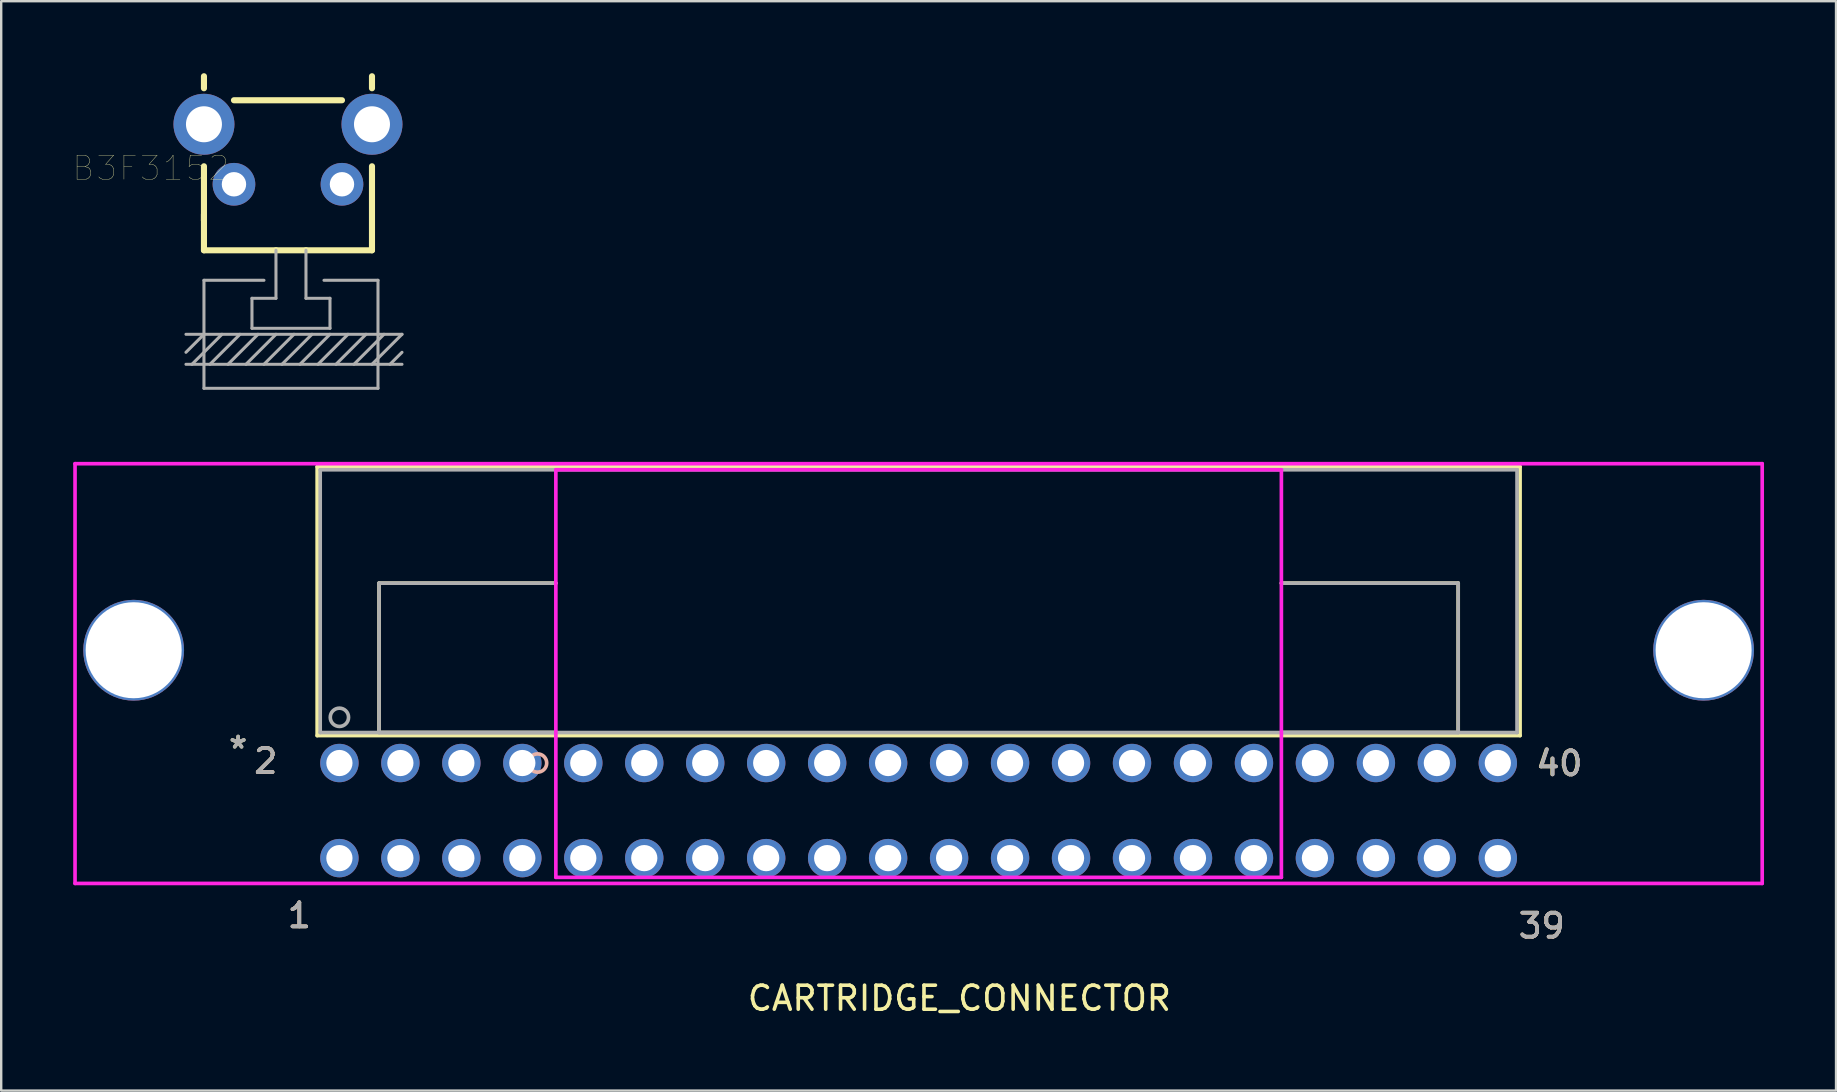
<source format=kicad_pcb>
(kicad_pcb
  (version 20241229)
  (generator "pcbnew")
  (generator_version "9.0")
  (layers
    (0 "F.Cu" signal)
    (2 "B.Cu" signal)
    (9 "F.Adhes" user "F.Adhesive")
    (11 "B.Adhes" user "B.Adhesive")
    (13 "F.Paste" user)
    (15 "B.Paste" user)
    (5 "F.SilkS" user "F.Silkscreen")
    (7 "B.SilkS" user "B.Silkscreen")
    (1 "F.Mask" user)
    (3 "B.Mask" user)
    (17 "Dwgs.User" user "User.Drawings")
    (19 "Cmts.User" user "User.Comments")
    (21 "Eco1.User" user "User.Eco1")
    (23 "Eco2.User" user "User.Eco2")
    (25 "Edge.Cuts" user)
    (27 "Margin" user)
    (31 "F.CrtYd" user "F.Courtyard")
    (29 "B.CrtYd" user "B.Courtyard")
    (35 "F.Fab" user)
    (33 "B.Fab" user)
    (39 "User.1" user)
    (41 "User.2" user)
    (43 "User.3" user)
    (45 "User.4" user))
  (footprint "B3F3152"
    (layer "F.Cu")
    (at 5.447 2.127)
    (property "Reference" "B3F3152" (at -2.215 1.825 180) (layer "F.SilkS") (effects (font (size 1 1) (thickness 0.015))))
    (attr through_hole)
    (fp_line (start 0 -2) (end 0 -1.5) (stroke (width 0.254) (type solid)) (layer "F.SilkS"))
    (fp_line (start 0 1.75) (end 0 4) (stroke (width 0.254) (type solid)) (layer "F.SilkS"))
    (fp_line (start 0 3.75) (end 0 4) (stroke (width 0.254) (type solid)) (layer "F.SilkS"))
    (fp_line (start 0 4) (end 0 5.25) (stroke (width 0.254) (type solid)) (layer "F.SilkS"))
    (fp_line (start 0 5.25) (end 3 5.25) (stroke (width 0.254) (type solid)) (layer "F.SilkS"))
    (fp_line (start 1.25 -1) (end 5.75 -1) (stroke (width 0.254) (type solid)) (layer "F.SilkS"))
    (fp_line (start 3 5.25) (end 4.25 5.25) (stroke (width 0.254) (type solid)) (layer "F.SilkS"))
    (fp_line (start 4.25 5.25) (end 7 5.25) (stroke (width 0.254) (type solid)) (layer "F.SilkS"))
    (fp_line (start 7 -2) (end 7 -1.5) (stroke (width 0.254) (type solid)) (layer "F.SilkS"))
    (fp_line (start 7 1.75) (end 7 5.25) (stroke (width 0.254) (type solid)) (layer "F.SilkS"))
    (fp_line (start -0.75 8.75) (end 8.25 8.75) (stroke (width 0.127) (type solid)) (layer "F.Fab"))
    (fp_line (start -0.75 10) (end 8.25 10) (stroke (width 0.127) (type solid)) (layer "F.Fab"))
    (fp_line (start -0.5 10) (end 0.75 8.75) (stroke (width 0.127) (type solid)) (layer "F.Fab"))
    (fp_line (start 0 6.5) (end 2.5 6.5) (stroke (width 0.127) (type solid)) (layer "F.Fab"))
    (fp_line (start 0 8.75) (end -0.75 9.5) (stroke (width 0.127) (type solid)) (layer "F.Fab"))
    (fp_line (start 0 8.75) (end 0 6.5) (stroke (width 0.127) (type solid)) (layer "F.Fab"))
    (fp_line (start 0 11) (end 0 8.75) (stroke (width 0.127) (type solid)) (layer "F.Fab"))
    (fp_line (start 0 11) (end 7.25 11) (stroke (width 0.127) (type solid)) (layer "F.Fab"))
    (fp_line (start 0.25 10) (end 1.5 8.75) (stroke (width 0.127) (type solid)) (layer "F.Fab"))
    (fp_line (start 1 10) (end 2.25 8.75) (stroke (width 0.127) (type solid)) (layer "F.Fab"))
    (fp_line (start 1.75 10) (end 3 8.75) (stroke (width 0.127) (type solid)) (layer "F.Fab"))
    (fp_line (start 2 7.25) (end 2 8.5) (stroke (width 0.127) (type solid)) (layer "F.Fab"))
    (fp_line (start 2 8.5) (end 5.25 8.5) (stroke (width 0.127) (type solid)) (layer "F.Fab"))
    (fp_line (start 2.5 10) (end 3.75 8.75) (stroke (width 0.127) (type solid)) (layer "F.Fab"))
    (fp_line (start 3 5.25) (end 3 7.25) (stroke (width 0.127) (type solid)) (layer "F.Fab"))
    (fp_line (start 3 7.25) (end 2 7.25) (stroke (width 0.127) (type solid)) (layer "F.Fab"))
    (fp_line (start 3.25 10) (end 4.5 8.75) (stroke (width 0.127) (type solid)) (layer "F.Fab"))
    (fp_line (start 4 10) (end 5.25 8.75) (stroke (width 0.127) (type solid)) (layer "F.Fab"))
    (fp_line (start 4.25 5.25) (end 4.25 7.25) (stroke (width 0.127) (type solid)) (layer "F.Fab"))
    (fp_line (start 4.75 10) (end 6 8.75) (stroke (width 0.127) (type solid)) (layer "F.Fab"))
    (fp_line (start 5.25 7.25) (end 4.25 7.25) (stroke (width 0.127) (type solid)) (layer "F.Fab"))
    (fp_line (start 5.25 8.5) (end 5.25 7.25) (stroke (width 0.127) (type solid)) (layer "F.Fab"))
    (fp_line (start 5.5 10) (end 6.75 8.75) (stroke (width 0.127) (type solid)) (layer "F.Fab"))
    (fp_line (start 6.25 10) (end 7.5 8.75) (stroke (width 0.127) (type solid)) (layer "F.Fab"))
    (fp_line (start 7 10) (end 8.25 8.75) (stroke (width 0.127) (type solid)) (layer "F.Fab"))
    (fp_line (start 7.25 6.5) (end 5 6.5) (stroke (width 0.127) (type solid)) (layer "F.Fab"))
    (fp_line (start 7.25 10) (end 7.25 6.5) (stroke (width 0.127) (type solid)) (layer "F.Fab"))
    (fp_line (start 7.25 11) (end 7.25 10) (stroke (width 0.127) (type solid)) (layer "F.Fab"))
    (fp_line (start 7.75 10) (end 8.25 9.5) (stroke (width 0.127) (type solid)) (layer "F.Fab"))
    (pad "1" thru_hole circle (at 1.25 2.5) (size 1.778 1.778) (drill 1.016) (layers "*.Cu" "*.Mask"))
    (pad "2" thru_hole circle (at 5.75 2.5) (size 1.778 1.778) (drill 1.016) (layers "*.Cu" "*.Mask"))
    (pad "GNDS" thru_hole circle (at 0 0) (size 2.54 2.54) (drill 1.5) (layers "*.Cu" "*.Mask"))
    (pad "GNDS" thru_hole circle (at 7 0) (size 2.54 2.54) (drill 1.5) (layers "*.Cu" "*.Mask")))
  (footprint "CARTRIDGE_CONNECTOR"
    (layer "F.Cu")
    (at 11.09 28.738)
    (property "Reference" "CARTRIDGE_CONNECTOR" (at 25.83 9.8 0) (layer "F.SilkS") (effects (font (size 1 1) (thickness 0.15))))
    (attr through_hole)
    (fp_line (start -0.927 -12.344) (end -0.927 -1.143) (stroke (width 0.152) (type solid)) (layer "F.SilkS"))
    (fp_line (start -0.927 -1.143) (end 49.187 -1.143) (stroke (width 0.152) (type solid)) (layer "F.SilkS"))
    (fp_line (start 1.651 -7.493) (end 9.017 -7.493) (stroke (width 0.152) (type solid)) (layer "F.SilkS"))
    (fp_line (start 1.651 -1.27) (end 1.651 -7.493) (stroke (width 0.152) (type solid)) (layer "F.SilkS"))
    (fp_line (start 9.017 -1.27) (end 1.651 -1.27) (stroke (width 0.152) (type solid)) (layer "F.SilkS"))
    (fp_line (start 39.243 -1.27) (end 46.609 -1.27) (stroke (width 0.152) (type solid)) (layer "F.SilkS"))
    (fp_line (start 46.609 -7.493) (end 39.243 -7.493) (stroke (width 0.152) (type solid)) (layer "F.SilkS"))
    (fp_line (start 46.609 -1.27) (end 46.609 -7.493) (stroke (width 0.152) (type solid)) (layer "F.SilkS"))
    (fp_line (start 49.187 -12.344) (end -0.927 -12.344) (stroke (width 0.152) (type solid)) (layer "F.SilkS"))
    (fp_line (start 49.187 -1.143) (end 49.187 -12.344) (stroke (width 0.152) (type solid)) (layer "F.SilkS"))
    (fp_circle (center 8.255 0) (end 8.636 0) (stroke (width 0.152) (type solid)) (fill no) (layer "B.SilkS"))
    (fp_line (start -11.014 -12.471) (end -11.014 5.016) (stroke (width 0.152) (type solid)) (layer "F.CrtYd"))
    (fp_line (start -11.014 5.016) (end 59.274 5.016) (stroke (width 0.152) (type solid)) (layer "F.CrtYd"))
    (fp_line (start 9.017 -12.217) (end 9.017 4.763) (stroke (width 0.152) (type solid)) (layer "F.CrtYd"))
    (fp_line (start 9.017 4.763) (end 39.243 4.763) (stroke (width 0.152) (type solid)) (layer "F.CrtYd"))
    (fp_line (start 39.243 -12.217) (end 9.017 -12.217) (stroke (width 0.152) (type solid)) (layer "F.CrtYd"))
    (fp_line (start 39.243 4.763) (end 39.243 -12.217) (stroke (width 0.152) (type solid)) (layer "F.CrtYd"))
    (fp_line (start 59.274 -12.471) (end -11.014 -12.471) (stroke (width 0.152) (type solid)) (layer "F.CrtYd"))
    (fp_line (start 59.274 5.016) (end 59.274 -12.471) (stroke (width 0.152) (type solid)) (layer "F.CrtYd"))
    (fp_line (start -0.8 -12.217) (end -0.8 -1.27) (stroke (width 0.152) (type solid)) (layer "F.Fab"))
    (fp_line (start -0.8 -1.27) (end 49.06 -1.27) (stroke (width 0.152) (type solid)) (layer "F.Fab"))
    (fp_line (start 1.651 -7.493) (end 9.017 -7.493) (stroke (width 0.152) (type solid)) (layer "F.Fab"))
    (fp_line (start 1.651 -1.27) (end 1.651 -7.493) (stroke (width 0.152) (type solid)) (layer "F.Fab"))
    (fp_line (start 9.017 -1.27) (end 1.651 -1.27) (stroke (width 0.152) (type solid)) (layer "F.Fab"))
    (fp_line (start 39.243 -1.27) (end 46.609 -1.27) (stroke (width 0.152) (type solid)) (layer "F.Fab"))
    (fp_line (start 46.609 -7.493) (end 39.243 -7.493) (stroke (width 0.152) (type solid)) (layer "F.Fab"))
    (fp_line (start 46.609 -1.27) (end 46.609 -7.493) (stroke (width 0.152) (type solid)) (layer "F.Fab"))
    (fp_line (start 49.06 -12.217) (end -0.8 -12.217) (stroke (width 0.152) (type solid)) (layer "F.Fab"))
    (fp_line (start 49.06 -1.27) (end 49.06 -12.217) (stroke (width 0.152) (type solid)) (layer "F.Fab"))
    (fp_circle (center 0 -1.905) (end 0.381 -1.905) (stroke (width 0.152) (type solid)) (fill no) (layer "F.Fab"))
    (fp_text user "1" (at -1.67 6.35 0) (layer "F.SilkS") (effects (font (size 1 1) (thickness 0.15))))
    (fp_text user "40" (at 50.81 0.02 0) (layer "F.SilkS") (effects (font (size 1 1) (thickness 0.15))))
    (fp_text user "39" (at 50.09 6.78 0) (layer "F.SilkS") (effects (font (size 1 1) (thickness 0.15))))
    (fp_text user "*" (at -4.22 -0.56 0) (layer "F.SilkS") (effects (font (size 1 1) (thickness 0.15))))
    (fp_text user "2" (at -3.07 -0.08 0) (layer "F.SilkS") (effects (font (size 1 1) (thickness 0.15))))
    (fp_text user "1" (at -1.67 6.35 0) (layer "B.SilkS") (effects (font (size 1 1) (thickness 0.15))))
    (fp_text user "40" (at 50.83 0.02 0) (layer "B.SilkS") (effects (font (size 1 1) (thickness 0.15))))
    (fp_text user "2" (at -3.07 -0.08 0) (layer "B.SilkS") (effects (font (size 1 1) (thickness 0.15))))
    (fp_text user "39" (at 50.09 6.78 0) (layer "B.SilkS") (effects (font (size 1 1) (thickness 0.15))))
    (fp_text user "Copyright 2016 Accelerated Designs. All rights reserved." (at 0 0 0) (layer "Cmts.User") (effects (font (size 0.127 0.127) (thickness 0.002))))
    (fp_text user "1" (at -1.67 6.35 0) (layer "F.Fab") (effects (font (size 1 1) (thickness 0.15))))
    (fp_text user "2" (at -3.07 -0.08 0) (layer "F.Fab") (effects (font (size 1 1) (thickness 0.15))))
    (fp_text user "40" (at 50.83 0.02 0) (layer "F.Fab") (effects (font (size 1 1) (thickness 0.15))))
    (fp_text user "39" (at 50.09 6.78 0) (layer "F.Fab") (effects (font (size 1 1) (thickness 0.15))))
    (fp_text user "*" (at -4.22 -0.56 0) (layer "F.Fab") (effects (font (size 1 1) (thickness 0.15))))
    (pad "" thru_hole circle (at -8.572 -4.699) (size 4.2 4.2) (drill 4) (layers "*.Cu" "*.Mask"))
    (pad "" thru_hole circle (at 56.833 -4.699) (size 4.2 4.2) (drill 4) (layers "*.Cu" "*.Mask"))
    (pad "1" thru_hole circle (at 0 3.962) (size 1.6 1.6) (drill 1.092) (layers "*.Cu" "*.Mask"))
    (pad "2" thru_hole circle (at 0 0) (size 1.6 1.6) (drill 1.092) (layers "*.Cu" "*.Mask"))
    (pad "3" thru_hole circle (at 2.54 3.962) (size 1.6 1.6) (drill 1.092) (layers "*.Cu" "*.Mask"))
    (pad "4" thru_hole circle (at 2.54 0) (size 1.6 1.6) (drill 1.092) (layers "*.Cu" "*.Mask"))
    (pad "5" thru_hole circle (at 5.08 3.962) (size 1.6 1.6) (drill 1.092) (layers "*.Cu" "*.Mask"))
    (pad "6" thru_hole circle (at 5.08 0) (size 1.6 1.6) (drill 1.092) (layers "*.Cu" "*.Mask"))
    (pad "7" thru_hole circle (at 7.62 3.962) (size 1.6 1.6) (drill 1.092) (layers "*.Cu" "*.Mask"))
    (pad "8" thru_hole circle (at 7.62 0) (size 1.6 1.6) (drill 1.092) (layers "*.Cu" "*.Mask"))
    (pad "9" thru_hole circle (at 10.16 3.962) (size 1.6 1.6) (drill 1.092) (layers "*.Cu" "*.Mask"))
    (pad "10" thru_hole circle (at 10.16 0) (size 1.6 1.6) (drill 1.092) (layers "*.Cu" "*.Mask"))
    (pad "11" thru_hole circle (at 12.7 3.962) (size 1.6 1.6) (drill 1.092) (layers "*.Cu" "*.Mask"))
    (pad "12" thru_hole circle (at 12.7 0) (size 1.6 1.6) (drill 1.092) (layers "*.Cu" "*.Mask"))
    (pad "13" thru_hole circle (at 15.24 3.962) (size 1.6 1.6) (drill 1.092) (layers "*.Cu" "*.Mask"))
    (pad "14" thru_hole circle (at 15.24 0) (size 1.6 1.6) (drill 1.092) (layers "*.Cu" "*.Mask"))
    (pad "15" thru_hole circle (at 17.78 3.962) (size 1.6 1.6) (drill 1.092) (layers "*.Cu" "*.Mask"))
    (pad "16" thru_hole circle (at 17.78 0) (size 1.6 1.6) (drill 1.092) (layers "*.Cu" "*.Mask"))
    (pad "17" thru_hole circle (at 20.32 3.962) (size 1.6 1.6) (drill 1.092) (layers "*.Cu" "*.Mask"))
    (pad "18" thru_hole circle (at 20.32 0) (size 1.6 1.6) (drill 1.092) (layers "*.Cu" "*.Mask"))
    (pad "19" thru_hole circle (at 22.86 3.962) (size 1.6 1.6) (drill 1.092) (layers "*.Cu" "*.Mask"))
    (pad "20" thru_hole circle (at 22.86 0) (size 1.6 1.6) (drill 1.092) (layers "*.Cu" "*.Mask"))
    (pad "21" thru_hole circle (at 25.4 3.962) (size 1.6 1.6) (drill 1.092) (layers "*.Cu" "*.Mask"))
    (pad "22" thru_hole circle (at 25.4 0) (size 1.6 1.6) (drill 1.092) (layers "*.Cu" "*.Mask"))
    (pad "23" thru_hole circle (at 27.94 3.962) (size 1.6 1.6) (drill 1.092) (layers "*.Cu" "*.Mask"))
    (pad "24" thru_hole circle (at 27.94 0) (size 1.6 1.6) (drill 1.092) (layers "*.Cu" "*.Mask"))
    (pad "25" thru_hole circle (at 30.48 3.962) (size 1.6 1.6) (drill 1.092) (layers "*.Cu" "*.Mask"))
    (pad "26" thru_hole circle (at 30.48 0) (size 1.6 1.6) (drill 1.092) (layers "*.Cu" "*.Mask"))
    (pad "27" thru_hole circle (at 33.02 3.962) (size 1.6 1.6) (drill 1.092) (layers "*.Cu" "*.Mask"))
    (pad "28" thru_hole circle (at 33.02 0) (size 1.6 1.6) (drill 1.092) (layers "*.Cu" "*.Mask"))
    (pad "29" thru_hole circle (at 35.56 3.962) (size 1.6 1.6) (drill 1.092) (layers "*.Cu" "*.Mask"))
    (pad "30" thru_hole circle (at 35.56 0) (size 1.6 1.6) (drill 1.092) (layers "*.Cu" "*.Mask"))
    (pad "31" thru_hole circle (at 38.1 3.962) (size 1.6 1.6) (drill 1.092) (layers "*.Cu" "*.Mask"))
    (pad "32" thru_hole circle (at 38.1 0) (size 1.6 1.6) (drill 1.092) (layers "*.Cu" "*.Mask"))
    (pad "33" thru_hole circle (at 40.64 3.962) (size 1.6 1.6) (drill 1.092) (layers "*.Cu" "*.Mask"))
    (pad "34" thru_hole circle (at 40.64 0) (size 1.6 1.6) (drill 1.092) (layers "*.Cu" "*.Mask"))
    (pad "35" thru_hole circle (at 43.18 3.962) (size 1.6 1.6) (drill 1.092) (layers "*.Cu" "*.Mask"))
    (pad "36" thru_hole circle (at 43.18 0) (size 1.6 1.6) (drill 1.092) (layers "*.Cu" "*.Mask"))
    (pad "37" thru_hole circle (at 45.72 3.962) (size 1.6 1.6) (drill 1.092) (layers "*.Cu" "*.Mask"))
    (pad "38" thru_hole circle (at 45.72 0) (size 1.6 1.6) (drill 1.092) (layers "*.Cu" "*.Mask"))
    (pad "39" thru_hole circle (at 48.26 3.962) (size 1.6 1.6) (drill 1.092) (layers "*.Cu" "*.Mask"))
    (pad "40" thru_hole circle (at 48.26 0) (size 1.6 1.6) (drill 1.092) (layers "*.Cu" "*.Mask")))
  (gr_rect
    (start -3 -3)
    (end 73.44 42.386)
    (stroke (width 0.1) (type default))
    (fill no)
    (layer "Edge.Cuts")))
</source>
